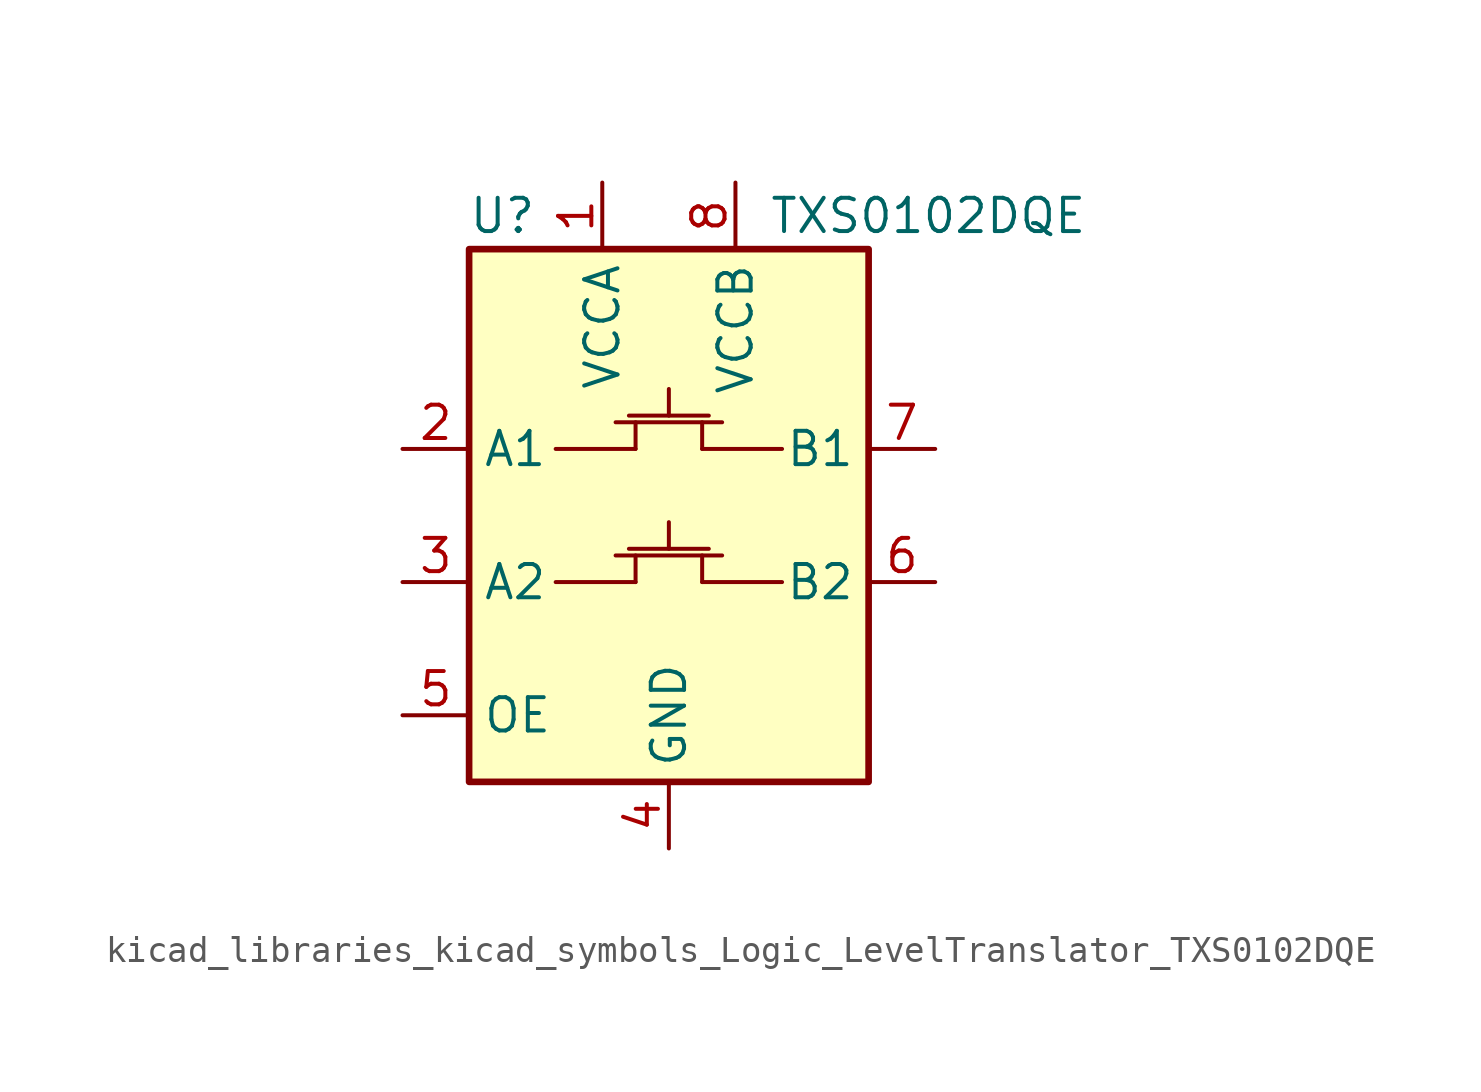
<source format=kicad_sym>
(kicad_symbol_lib
  (version 20220914)
  (generator kicad_symbol_editor)
  (symbol "kicad_libraries_kicad_symbols_Logic_LevelTranslator_TXS0102DQE"
    (property "Reference" "U"
      (at -6.35 11.43 0)
      (effects (font (size 1.27 1.27))))
    (property "Value" "TXS0102DQE"
      (at 3.81 11.43 0)
      (effects (font (size 1.27 1.27)) (justify left)))
    (symbol "kicad_libraries_kicad_symbols_Logic_LevelTranslator_TXS0102DQE_0_1"
      (rectangle (start -7.62 10.16) (end 7.62 -10.16) (stroke (width 0.254) (type default)) (fill (type background)))
      (polyline (pts (xy -4.318 -2.54) (xy -1.27 -2.54)) (stroke (width 0) (type default)) (fill (type none)))
      (polyline (pts (xy -2.032 -1.524) (xy 2.032 -1.524)) (stroke (width 0) (type default)) (fill (type none)))
      (polyline (pts (xy -1.524 -1.27) (xy 1.524 -1.27)) (stroke (width 0) (type default)) (fill (type none)))
      (polyline (pts (xy -1.27 -2.54) (xy -1.27 -1.524)) (stroke (width 0) (type default)) (fill (type none)))
      (polyline (pts (xy 0 -1.27) (xy 0 -0.254)) (stroke (width 0) (type default)) (fill (type none)))
      (polyline (pts (xy 1.27 -2.54) (xy 1.27 -1.524)) (stroke (width 0) (type default)) (fill (type none)))
      (polyline (pts (xy 4.318 -2.54) (xy 1.27 -2.54)) (stroke (width 0) (type default)) (fill (type none))))
    (symbol "kicad_libraries_kicad_symbols_Logic_LevelTranslator_TXS0102DQE_1_1"
      (polyline (pts (xy -4.318 2.54) (xy -1.27 2.54)) (stroke (width 0) (type default)) (fill (type none)))
      (polyline (pts (xy -2.032 3.556) (xy 2.032 3.556)) (stroke (width 0) (type default)) (fill (type none)))
      (polyline (pts (xy -1.524 3.81) (xy 1.524 3.81)) (stroke (width 0) (type default)) (fill (type none)))
      (polyline (pts (xy -1.27 2.54) (xy -1.27 3.556)) (stroke (width 0) (type default)) (fill (type none)))
      (polyline (pts (xy 0 3.81) (xy 0 4.826)) (stroke (width 0) (type default)) (fill (type none)))
      (polyline (pts (xy 1.27 2.54) (xy 1.27 3.556)) (stroke (width 0) (type default)) (fill (type none)))
      (polyline (pts (xy 4.318 2.54) (xy 1.27 2.54)) (stroke (width 0) (type default)) (fill (type none)))
      (pin power_in line (at -2.54 12.7 270) (length 2.54) (name "VCCA" (effects (font (size 1.27 1.27)))) (number "1" (effects (font (size 1.27 1.27)))))
      (pin bidirectional line (at -10.16 2.54 0) (length 2.54) (name "A1" (effects (font (size 1.27 1.27)))) (number "2" (effects (font (size 1.27 1.27)))))
      (pin bidirectional line (at -10.16 -2.54 0) (length 2.54) (name "A2" (effects (font (size 1.27 1.27)))) (number "3" (effects (font (size 1.27 1.27)))))
      (pin power_in line (at 0 -12.7 90) (length 2.54) (name "GND" (effects (font (size 1.27 1.27)))) (number "4" (effects (font (size 1.27 1.27)))))
      (pin input line (at -10.16 -7.62 0) (length 2.54) (name "OE" (effects (font (size 1.27 1.27)))) (number "5" (effects (font (size 1.27 1.27)))))
      (pin bidirectional line (at 10.16 -2.54 180) (length 2.54) (name "B2" (effects (font (size 1.27 1.27)))) (number "6" (effects (font (size 1.27 1.27)))))
      (pin bidirectional line (at 10.16 2.54 180) (length 2.54) (name "B1" (effects (font (size 1.27 1.27)))) (number "7" (effects (font (size 1.27 1.27)))))
      (pin power_in line (at 2.54 12.7 270) (length 2.54) (name "VCCB" (effects (font (size 1.27 1.27)))) (number "8" (effects (font (size 1.27 1.27))))))))
</source>
